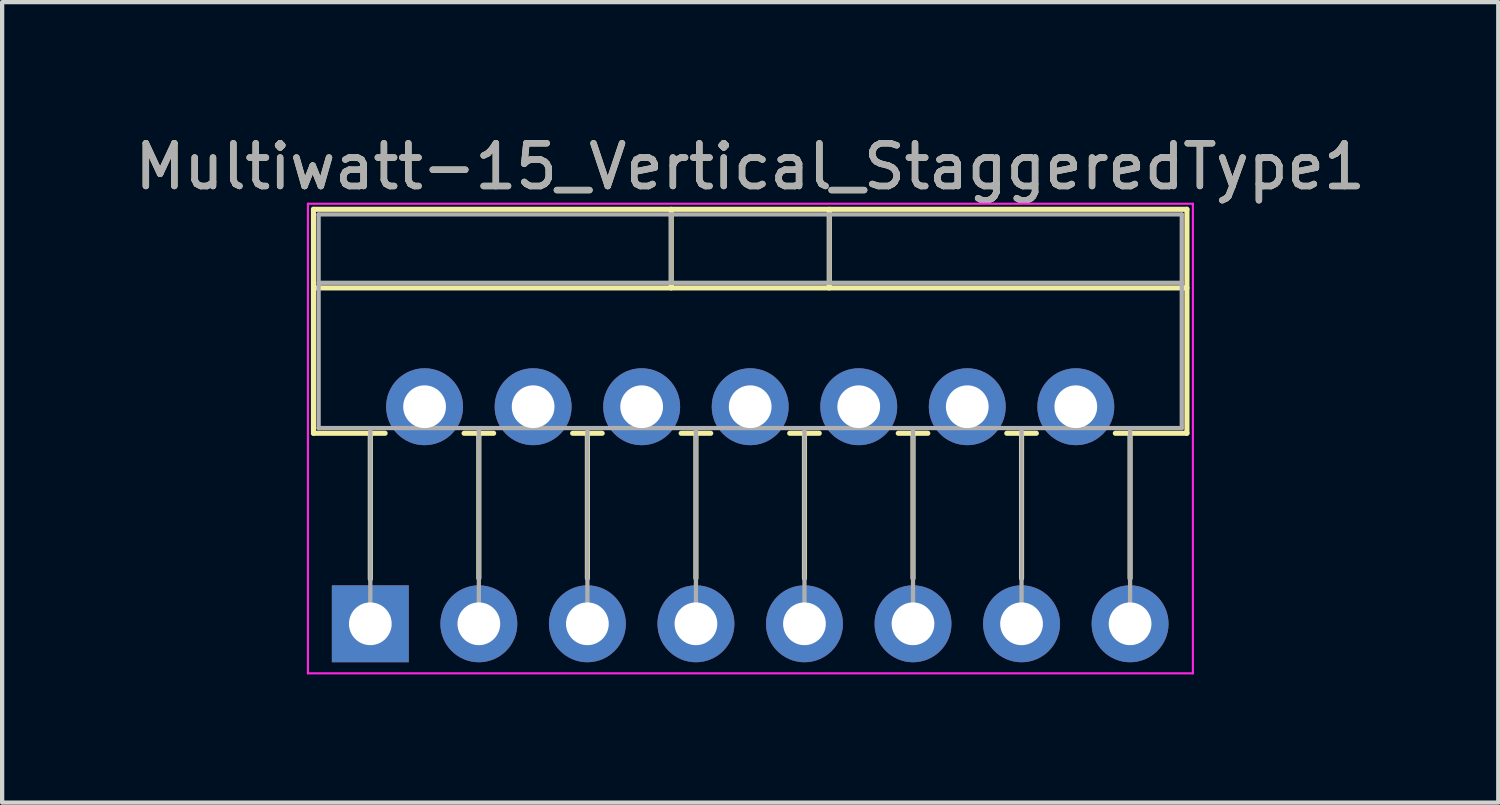
<source format=kicad_pcb>
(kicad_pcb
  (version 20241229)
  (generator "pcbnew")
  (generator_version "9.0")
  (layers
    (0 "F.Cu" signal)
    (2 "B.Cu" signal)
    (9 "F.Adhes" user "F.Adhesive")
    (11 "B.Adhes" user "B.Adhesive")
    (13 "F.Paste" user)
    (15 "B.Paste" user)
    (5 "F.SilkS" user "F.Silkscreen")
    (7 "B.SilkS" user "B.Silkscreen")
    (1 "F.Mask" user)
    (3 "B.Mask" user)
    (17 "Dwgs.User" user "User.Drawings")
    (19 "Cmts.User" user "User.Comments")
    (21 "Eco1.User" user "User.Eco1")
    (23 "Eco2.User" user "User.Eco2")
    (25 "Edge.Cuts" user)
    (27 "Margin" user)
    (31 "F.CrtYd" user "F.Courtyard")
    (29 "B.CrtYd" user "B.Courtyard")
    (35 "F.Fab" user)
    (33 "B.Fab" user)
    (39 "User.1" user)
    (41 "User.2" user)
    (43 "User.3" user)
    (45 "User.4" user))
  (footprint "Multiwatt-15_Vertical_StaggeredType1"
    (layer "F.Cu")
    (at 5.616 11.548)
    (property "Reference" "Multiwatt-15_Vertical_StaggeredType1" (at 8.89 -10.7 0) (layer "F.SilkS") (effects (font (size 1 1) (thickness 0.15))))
    (attr through_hole)
    (fp_line (start -1.33 -9.7) (end -1.33 -4.459) (stroke (width 0.12) (type solid)) (layer "F.SilkS"))
    (fp_line (start -1.33 -9.7) (end 19.11 -9.7) (stroke (width 0.12) (type solid)) (layer "F.SilkS"))
    (fp_line (start -1.33 -7.86) (end 19.11 -7.86) (stroke (width 0.12) (type solid)) (layer "F.SilkS"))
    (fp_line (start -1.33 -4.459) (end 0.346 -4.459) (stroke (width 0.12) (type solid)) (layer "F.SilkS"))
    (fp_line (start 0 -4.459) (end 0 -1.05) (stroke (width 0.12) (type solid)) (layer "F.SilkS"))
    (fp_line (start 2.195 -4.459) (end 2.886 -4.459) (stroke (width 0.12) (type solid)) (layer "F.SilkS"))
    (fp_line (start 2.54 -4.459) (end 2.54 -1.065) (stroke (width 0.12) (type solid)) (layer "F.SilkS"))
    (fp_line (start 4.735 -4.459) (end 5.426 -4.459) (stroke (width 0.12) (type solid)) (layer "F.SilkS"))
    (fp_line (start 5.08 -4.459) (end 5.08 -1.065) (stroke (width 0.12) (type solid)) (layer "F.SilkS"))
    (fp_line (start 7.041 -9.7) (end 7.041 -7.86) (stroke (width 0.12) (type solid)) (layer "F.SilkS"))
    (fp_line (start 7.275 -4.459) (end 7.966 -4.459) (stroke (width 0.12) (type solid)) (layer "F.SilkS"))
    (fp_line (start 7.62 -4.459) (end 7.62 -1.065) (stroke (width 0.12) (type solid)) (layer "F.SilkS"))
    (fp_line (start 9.815 -4.459) (end 10.506 -4.459) (stroke (width 0.12) (type solid)) (layer "F.SilkS"))
    (fp_line (start 10.16 -4.459) (end 10.16 -1.065) (stroke (width 0.12) (type solid)) (layer "F.SilkS"))
    (fp_line (start 10.74 -9.7) (end 10.74 -7.86) (stroke (width 0.12) (type solid)) (layer "F.SilkS"))
    (fp_line (start 12.355 -4.459) (end 13.046 -4.459) (stroke (width 0.12) (type solid)) (layer "F.SilkS"))
    (fp_line (start 12.7 -4.459) (end 12.7 -1.065) (stroke (width 0.12) (type solid)) (layer "F.SilkS"))
    (fp_line (start 14.895 -4.459) (end 15.586 -4.459) (stroke (width 0.12) (type solid)) (layer "F.SilkS"))
    (fp_line (start 15.24 -4.459) (end 15.24 -1.065) (stroke (width 0.12) (type solid)) (layer "F.SilkS"))
    (fp_line (start 17.435 -4.459) (end 19.11 -4.459) (stroke (width 0.12) (type solid)) (layer "F.SilkS"))
    (fp_line (start 17.78 -4.459) (end 17.78 -1.065) (stroke (width 0.12) (type solid)) (layer "F.SilkS"))
    (fp_line (start 19.11 -9.7) (end 19.11 -4.459) (stroke (width 0.12) (type solid)) (layer "F.SilkS"))
    (fp_line (start -1.46 -9.83) (end -1.46 1.16) (stroke (width 0.05) (type solid)) (layer "F.CrtYd"))
    (fp_line (start -1.46 1.16) (end 19.25 1.16) (stroke (width 0.05) (type solid)) (layer "F.CrtYd"))
    (fp_line (start 19.25 -9.83) (end -1.46 -9.83) (stroke (width 0.05) (type solid)) (layer "F.CrtYd"))
    (fp_line (start 19.25 1.16) (end 19.25 -9.83) (stroke (width 0.05) (type solid)) (layer "F.CrtYd"))
    (fp_line (start -1.21 -9.58) (end -1.21 -4.58) (stroke (width 0.1) (type solid)) (layer "F.Fab"))
    (fp_line (start -1.21 -7.98) (end 18.99 -7.98) (stroke (width 0.1) (type solid)) (layer "F.Fab"))
    (fp_line (start -1.21 -4.58) (end 18.99 -4.58) (stroke (width 0.1) (type solid)) (layer "F.Fab"))
    (fp_line (start 0 -4.58) (end 0 0) (stroke (width 0.1) (type solid)) (layer "F.Fab"))
    (fp_line (start 2.54 -4.58) (end 2.54 0) (stroke (width 0.1) (type solid)) (layer "F.Fab"))
    (fp_line (start 5.08 -4.58) (end 5.08 0) (stroke (width 0.1) (type solid)) (layer "F.Fab"))
    (fp_line (start 7.04 -9.58) (end 7.04 -7.98) (stroke (width 0.1) (type solid)) (layer "F.Fab"))
    (fp_line (start 7.62 -4.58) (end 7.62 0) (stroke (width 0.1) (type solid)) (layer "F.Fab"))
    (fp_line (start 10.16 -4.58) (end 10.16 0) (stroke (width 0.1) (type solid)) (layer "F.Fab"))
    (fp_line (start 10.74 -9.58) (end 10.74 -7.98) (stroke (width 0.1) (type solid)) (layer "F.Fab"))
    (fp_line (start 12.7 -4.58) (end 12.7 0) (stroke (width 0.1) (type solid)) (layer "F.Fab"))
    (fp_line (start 15.24 -4.58) (end 15.24 0) (stroke (width 0.1) (type solid)) (layer "F.Fab"))
    (fp_line (start 17.78 -4.58) (end 17.78 0) (stroke (width 0.1) (type solid)) (layer "F.Fab"))
    (fp_line (start 18.99 -9.58) (end -1.21 -9.58) (stroke (width 0.1) (type solid)) (layer "F.Fab"))
    (fp_line (start 18.99 -4.58) (end 18.99 -9.58) (stroke (width 0.1) (type solid)) (layer "F.Fab"))
    (fp_text user "${REFERENCE}" (at 8.89 -10.7 0) (layer "F.Fab") (effects (font (size 1 1) (thickness 0.15))))
    (pad "1" thru_hole rect (at 0 0) (size 1.8 1.8) (drill 1) (layers "*.Cu" "*.Mask"))
    (pad "2" thru_hole oval (at 1.27 -5.08) (size 1.8 1.8) (drill 1) (layers "*.Cu" "*.Mask"))
    (pad "3" thru_hole oval (at 2.54 0) (size 1.8 1.8) (drill 1) (layers "*.Cu" "*.Mask"))
    (pad "4" thru_hole oval (at 3.81 -5.08) (size 1.8 1.8) (drill 1) (layers "*.Cu" "*.Mask"))
    (pad "5" thru_hole oval (at 5.08 0) (size 1.8 1.8) (drill 1) (layers "*.Cu" "*.Mask"))
    (pad "6" thru_hole oval (at 6.35 -5.08) (size 1.8 1.8) (drill 1) (layers "*.Cu" "*.Mask"))
    (pad "7" thru_hole oval (at 7.62 0) (size 1.8 1.8) (drill 1) (layers "*.Cu" "*.Mask"))
    (pad "8" thru_hole oval (at 8.89 -5.08) (size 1.8 1.8) (drill 1) (layers "*.Cu" "*.Mask"))
    (pad "9" thru_hole oval (at 10.16 0) (size 1.8 1.8) (drill 1) (layers "*.Cu" "*.Mask"))
    (pad "10" thru_hole oval (at 11.43 -5.08) (size 1.8 1.8) (drill 1) (layers "*.Cu" "*.Mask"))
    (pad "11" thru_hole oval (at 12.7 0) (size 1.8 1.8) (drill 1) (layers "*.Cu" "*.Mask"))
    (pad "12" thru_hole oval (at 13.97 -5.08) (size 1.8 1.8) (drill 1) (layers "*.Cu" "*.Mask"))
    (pad "13" thru_hole oval (at 15.24 0) (size 1.8 1.8) (drill 1) (layers "*.Cu" "*.Mask"))
    (pad "14" thru_hole oval (at 16.51 -5.08) (size 1.8 1.8) (drill 1) (layers "*.Cu" "*.Mask"))
    (pad "15" thru_hole oval (at 17.78 0) (size 1.8 1.8) (drill 1) (layers "*.Cu" "*.Mask")))
  (gr_rect
    (start -3 -3)
    (end 32.012 15.733)
    (stroke (width 0.1) (type default))
    (fill no)
    (layer "Edge.Cuts")))
</source>
